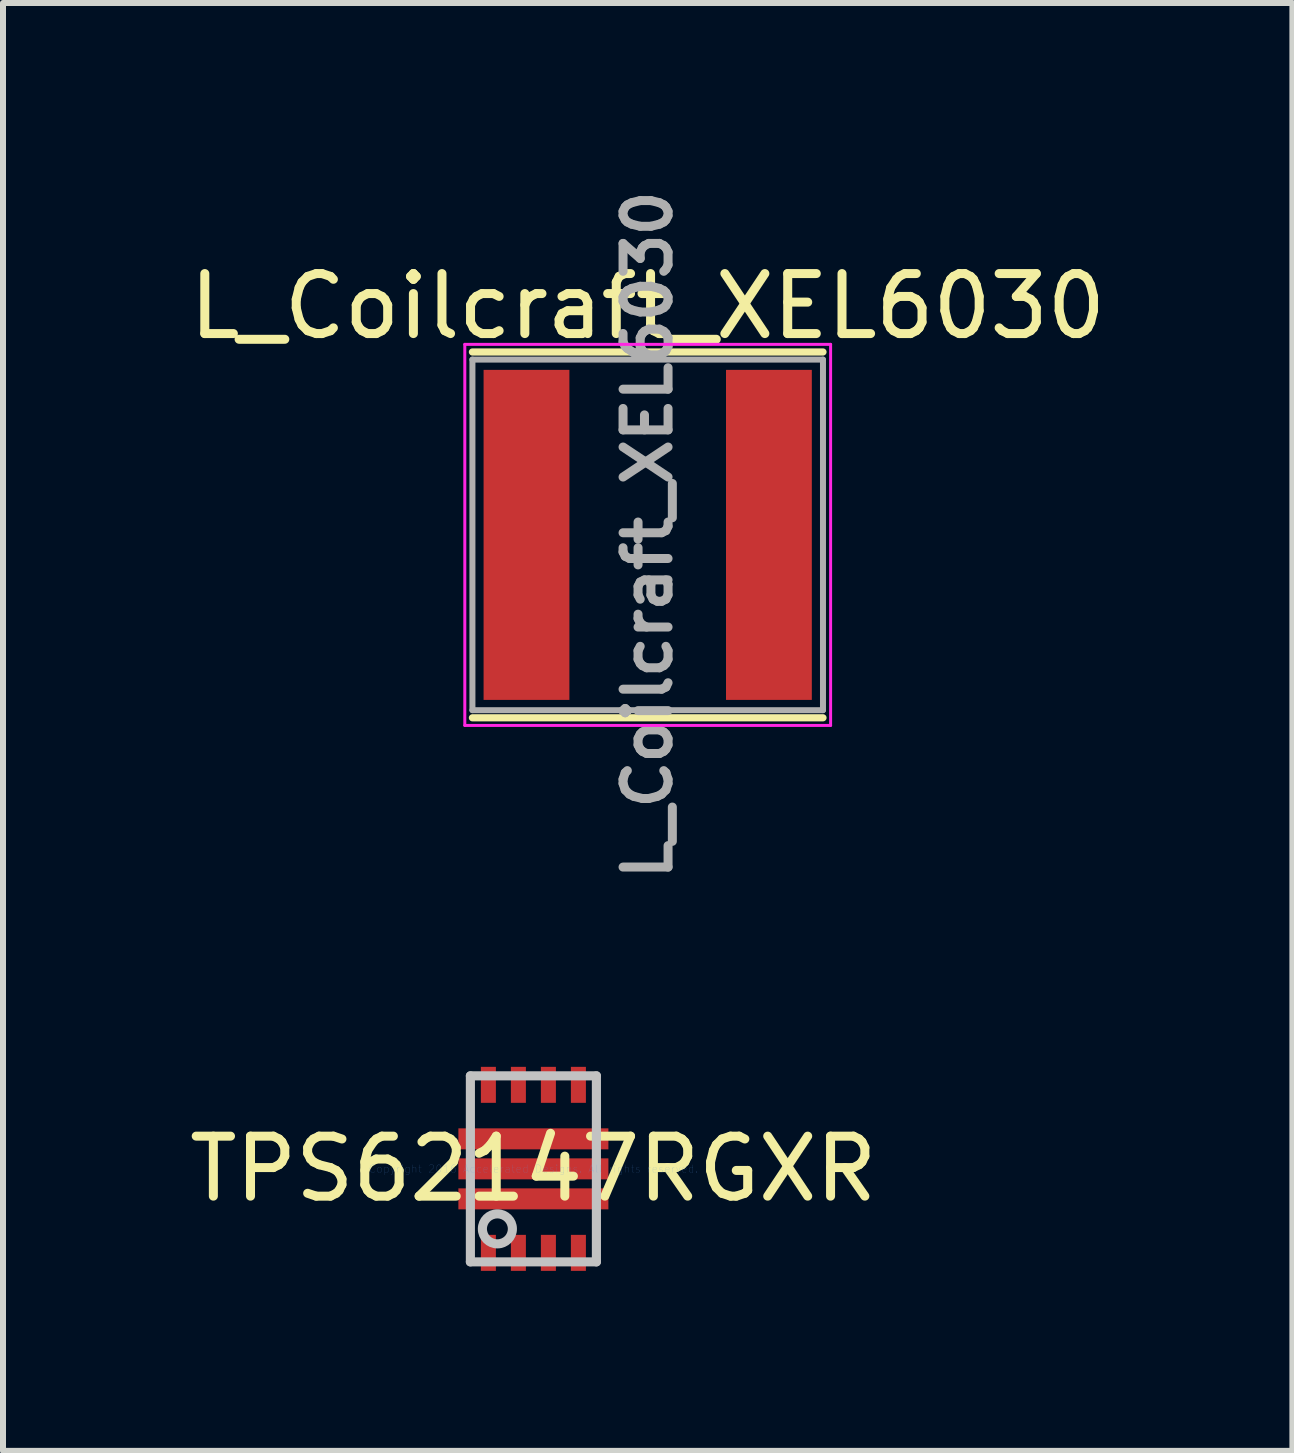
<source format=kicad_pcb>
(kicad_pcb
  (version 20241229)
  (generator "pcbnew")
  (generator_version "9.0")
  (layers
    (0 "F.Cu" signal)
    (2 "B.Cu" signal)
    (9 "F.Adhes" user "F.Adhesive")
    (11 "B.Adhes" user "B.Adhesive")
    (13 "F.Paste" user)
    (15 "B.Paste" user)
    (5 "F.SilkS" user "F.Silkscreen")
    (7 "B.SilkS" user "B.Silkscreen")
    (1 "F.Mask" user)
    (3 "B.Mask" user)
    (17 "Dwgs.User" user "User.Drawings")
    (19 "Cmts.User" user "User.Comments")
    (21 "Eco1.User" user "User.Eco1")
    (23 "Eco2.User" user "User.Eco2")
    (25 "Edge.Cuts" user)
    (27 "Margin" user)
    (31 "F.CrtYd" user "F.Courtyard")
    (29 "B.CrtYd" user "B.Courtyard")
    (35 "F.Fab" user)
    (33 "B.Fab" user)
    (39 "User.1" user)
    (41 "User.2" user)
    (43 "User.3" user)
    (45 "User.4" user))
  (footprint "TPS62147RGXR"
    (layer "F.Cu")
    (at 5.839 16.429)
    (property "Reference" "TPS62147RGXR" (at 0 0 0) (layer "F.SilkS") (effects (font (size 1 1) (thickness 0.15))))
    (attr through_hole)
    (fp_line (start -1.05 -1.55) (end 1.05 -1.55) (stroke (width 0.152) (type solid)) (layer "Dwgs.User"))
    (fp_line (start -1.05 1.55) (end -1.05 -1.55) (stroke (width 0.152) (type solid)) (layer "Dwgs.User"))
    (fp_line (start -1.05 1.55) (end 1.05 1.55) (stroke (width 0.152) (type solid)) (layer "Dwgs.User"))
    (fp_line (start 1.05 1.55) (end 1.05 -1.55) (stroke (width 0.152) (type solid)) (layer "Dwgs.User"))
    (fp_circle (center -0.6 1) (end -0.35 1) (stroke (width 0.152) (type solid)) (fill no) (layer "Dwgs.User"))
    (fp_text user "Copyright 2016 Accelerated Designs. All rights reserved." (at 0 0 0) (layer "Cmts.User") (effects (font (size 0.127 0.127) (thickness 0.002))))
    (pad "" smd rect (at -0.75 1.4) (size 0.25 0.6) (layers "F.Mask"))
    (pad "" smd rect (at -0.75 1.4) (size 0.25 0.6) (layers "F.Paste"))
    (pad "" smd rect (at -0.75 -1.4) (size 0.25 0.6) (layers "F.Mask"))
    (pad "" smd rect (at -0.75 -1.4) (size 0.25 0.6) (layers "F.Paste"))
    (pad "" smd rect (at -0.25 1.4) (size 0.25 0.6) (layers "F.Mask"))
    (pad "" smd rect (at -0.25 1.4) (size 0.25 0.6) (layers "F.Paste"))
    (pad "" smd rect (at -0.25 -1.4) (size 0.25 0.6) (layers "F.Mask"))
    (pad "" smd rect (at -0.25 -1.4) (size 0.25 0.6) (layers "F.Paste"))
    (pad "" smd rect (at 0 -0.5 90) (size 0.025 0.025) (layers "F.Paste"))
    (pad "" smd rect (at 0 -0.5 90) (size 0.25 2.4) (layers "F.Mask"))
    (pad "" smd rect (at 0 0 90) (size 0.025 0.025) (layers "F.Paste"))
    (pad "" smd rect (at 0 0 90) (size 0.25 2.4) (layers "F.Mask"))
    (pad "" smd rect (at 0 0.5 90) (size 0.025 0.025) (layers "F.Paste"))
    (pad "" smd rect (at 0 0.5 90) (size 0.25 2.4) (layers "F.Mask"))
    (pad "" smd rect (at 0.25 1.4) (size 0.25 0.6) (layers "F.Mask"))
    (pad "" smd rect (at 0.25 1.4) (size 0.25 0.6) (layers "F.Paste"))
    (pad "" smd rect (at 0.25 -1.4) (size 0.25 0.6) (layers "F.Mask"))
    (pad "" smd rect (at 0.25 -1.4) (size 0.25 0.6) (layers "F.Paste"))
    (pad "" smd rect (at 0.75 1.4) (size 0.25 0.6) (layers "F.Mask"))
    (pad "" smd rect (at 0.75 1.4) (size 0.25 0.6) (layers "F.Paste"))
    (pad "" smd rect (at 0.75 -1.4) (size 0.25 0.6) (layers "F.Mask"))
    (pad "" smd rect (at 0.75 -1.4) (size 0.25 0.6) (layers "F.Paste"))
    (pad "1" smd rect (at 0 -0.5 90) (size 0.35 2.5) (layers "F.Cu"))
    (pad "2" smd rect (at 0 0 90) (size 0.35 2.5) (layers "F.Cu"))
    (pad "3" smd rect (at 0 0.5 90) (size 0.35 2.5) (layers "F.Cu"))
    (pad "4" smd rect (at -0.75 1.4) (size 0.25 0.6) (layers "F.Cu"))
    (pad "5" smd rect (at -0.25 1.4) (size 0.25 0.6) (layers "F.Cu"))
    (pad "6" smd rect (at 0.25 1.4) (size 0.25 0.6) (layers "F.Cu"))
    (pad "7" smd rect (at 0.75 1.4) (size 0.25 0.6) (layers "F.Cu"))
    (pad "8" smd rect (at 0.75 -1.4) (size 0.25 0.6) (layers "F.Cu"))
    (pad "9" smd rect (at 0.25 -1.4) (size 0.25 0.6) (layers "F.Cu"))
    (pad "10" smd rect (at -0.25 -1.4) (size 0.25 0.6) (layers "F.Cu"))
    (pad "11" smd rect (at -0.75 -1.4) (size 0.25 0.6) (layers "F.Cu")))
  (footprint "L_Coilcraft_XEL6030"
    (layer "F.Cu")
    (at 7.744 5.864)
    (property "Reference" "L_Coilcraft_XEL6030" (at 0 -3.81 0) (layer "F.SilkS") (effects (font (size 1 1) (thickness 0.15))))
    (attr smd)
    (fp_line (start -2.921 -3.048) (end 2.921 -3.048) (stroke (width 0.12) (type solid)) (layer "F.SilkS"))
    (fp_line (start 2.921 3.048) (end -2.921 3.048) (stroke (width 0.12) (type solid)) (layer "F.SilkS"))
    (fp_line (start -3.048 -3.175) (end 3.048 -3.175) (stroke (width 0.05) (type solid)) (layer "F.CrtYd"))
    (fp_line (start -3.048 3.175) (end -3.048 -3.175) (stroke (width 0.05) (type solid)) (layer "F.CrtYd"))
    (fp_line (start 3.048 -3.175) (end 3.048 3.175) (stroke (width 0.05) (type solid)) (layer "F.CrtYd"))
    (fp_line (start 3.048 3.175) (end -3.048 3.175) (stroke (width 0.05) (type solid)) (layer "F.CrtYd"))
    (fp_line (start -2.921 -2.921) (end 2.921 -2.921) (stroke (width 0.1) (type solid)) (layer "F.Fab"))
    (fp_line (start -2.921 2.921) (end -2.921 -2.921) (stroke (width 0.1) (type solid)) (layer "F.Fab"))
    (fp_line (start 2.921 -2.921) (end 2.921 2.921) (stroke (width 0.1) (type solid)) (layer "F.Fab"))
    (fp_line (start 2.921 2.921) (end -2.921 2.921) (stroke (width 0.1) (type solid)) (layer "F.Fab"))
    (fp_text user "${REFERENCE}" (at 0 0 90) (layer "F.Fab") (effects (font (size 0.75 0.75) (thickness 0.15))))
    (pad "1" smd rect (at -2.02 0) (size 1.43 5.5) (layers "F.Cu" "F.Mask" "F.Paste"))
    (pad "2" smd rect (at 2.02 0) (size 1.43 5.5) (layers "F.Cu" "F.Mask" "F.Paste")))
  (gr_rect
    (start -3 -3)
    (end 18.488 21.129)
    (stroke (width 0.1) (type default))
    (fill no)
    (layer "Edge.Cuts")))
</source>
